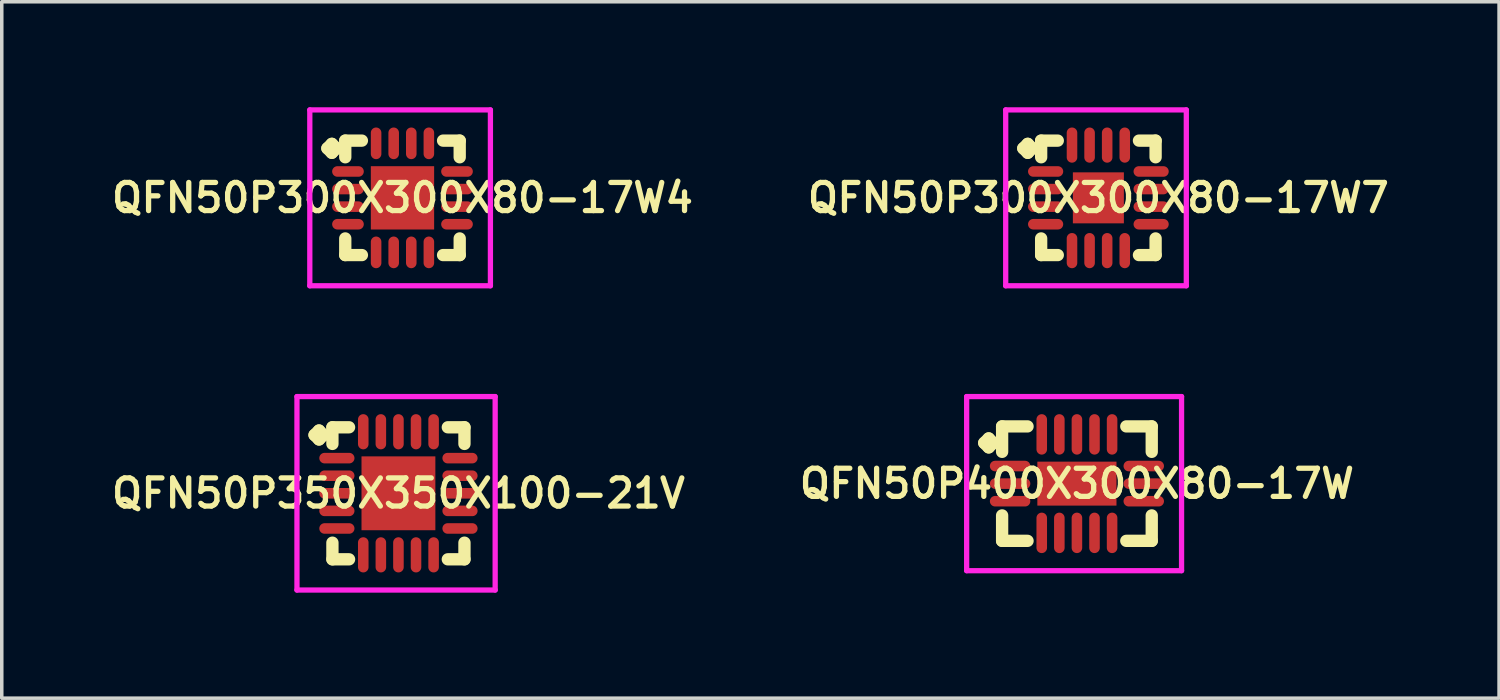
<source format=kicad_pcb>
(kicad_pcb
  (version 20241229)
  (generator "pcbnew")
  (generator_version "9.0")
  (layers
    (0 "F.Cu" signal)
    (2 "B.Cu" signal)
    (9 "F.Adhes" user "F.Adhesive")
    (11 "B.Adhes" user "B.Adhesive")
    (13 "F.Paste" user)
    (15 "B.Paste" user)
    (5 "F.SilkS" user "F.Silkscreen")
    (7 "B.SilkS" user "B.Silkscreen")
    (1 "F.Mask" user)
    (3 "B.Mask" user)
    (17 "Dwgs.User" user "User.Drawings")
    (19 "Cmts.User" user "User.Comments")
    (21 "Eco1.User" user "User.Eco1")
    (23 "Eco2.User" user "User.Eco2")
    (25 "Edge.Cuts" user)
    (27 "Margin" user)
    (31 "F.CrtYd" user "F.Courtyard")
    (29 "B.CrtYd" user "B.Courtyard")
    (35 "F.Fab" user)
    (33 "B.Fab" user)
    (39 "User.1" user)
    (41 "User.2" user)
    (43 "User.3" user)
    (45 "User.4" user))
  (footprint "QFN50P400X300X80-17W"
    (layer "F.Cu")
    (at 27.568 10.7)
    (property "Reference" "QFN50P400X300X80-17W" (at 0 0 0) (layer "F.SilkS") (effects (font (size 0.8 0.8) (thickness 0.15))))
    (attr smd)
    (fp_line (start -2.635 -1.158) (end -2.508 -1.285) (stroke (width 0.35) (type solid)) (layer "F.SilkS"))
    (fp_line (start -2.508 -1.285) (end -2.381 -1.158) (stroke (width 0.35) (type solid)) (layer "F.SilkS"))
    (fp_line (start -2.508 -1.031) (end -2.635 -1.158) (stroke (width 0.35) (type solid)) (layer "F.SilkS"))
    (fp_line (start -2.381 -1.158) (end -2.508 -1.031) (stroke (width 0.35) (type solid)) (layer "F.SilkS"))
    (fp_line (start -2.127 -1.627) (end -1.404 -1.627) (stroke (width 0.35) (type solid)) (layer "F.SilkS"))
    (fp_line (start -2.127 -0.904) (end -2.127 -1.627) (stroke (width 0.35) (type solid)) (layer "F.SilkS"))
    (fp_line (start -2.127 0.904) (end -2.127 1.627) (stroke (width 0.35) (type solid)) (layer "F.SilkS"))
    (fp_line (start -2.127 1.627) (end -1.404 1.627) (stroke (width 0.35) (type solid)) (layer "F.SilkS"))
    (fp_line (start 1.404 -1.627) (end 2.127 -1.627) (stroke (width 0.35) (type solid)) (layer "F.SilkS"))
    (fp_line (start 1.404 1.627) (end 2.127 1.627) (stroke (width 0.35) (type solid)) (layer "F.SilkS"))
    (fp_line (start 2.127 -1.627) (end 2.127 -0.904) (stroke (width 0.35) (type solid)) (layer "F.SilkS"))
    (fp_line (start 2.127 1.627) (end 2.127 0.904) (stroke (width 0.35) (type solid)) (layer "F.SilkS"))
    (fp_line (start -3.135 -2.475) (end 2.975 -2.475) (stroke (width 0.15) (type solid)) (layer "F.CrtYd"))
    (fp_line (start -3.135 2.475) (end -3.135 -2.475) (stroke (width 0.15) (type solid)) (layer "F.CrtYd"))
    (fp_line (start 2.975 -2.475) (end 2.975 2.475) (stroke (width 0.15) (type solid)) (layer "F.CrtYd"))
    (fp_line (start 2.975 2.475) (end -3.135 2.475) (stroke (width 0.15) (type solid)) (layer "F.CrtYd"))
    (pad "1" smd oval (at -1.9 -0.5) (size 1.15 0.3) (layers "F.Cu" "F.Mask" "F.Paste"))
    (pad "2" smd oval (at -1.9 0) (size 1.15 0.3) (layers "F.Cu" "F.Mask" "F.Paste"))
    (pad "3" smd oval (at -1.9 0.5) (size 1.15 0.3) (layers "F.Cu" "F.Mask" "F.Paste"))
    (pad "4" smd oval (at -1 1.4) (size 0.3 1.15) (layers "F.Cu" "F.Mask" "F.Paste"))
    (pad "5" smd oval (at -0.5 1.4) (size 0.3 1.15) (layers "F.Cu" "F.Mask" "F.Paste"))
    (pad "6" smd oval (at 0 1.4) (size 0.3 1.15) (layers "F.Cu" "F.Mask" "F.Paste"))
    (pad "7" smd oval (at 0.5 1.4) (size 0.3 1.15) (layers "F.Cu" "F.Mask" "F.Paste"))
    (pad "8" smd oval (at 1 1.4) (size 0.3 1.15) (layers "F.Cu" "F.Mask" "F.Paste"))
    (pad "9" smd oval (at 1.9 0.5) (size 1.15 0.3) (layers "F.Cu" "F.Mask" "F.Paste"))
    (pad "10" smd oval (at 1.9 0) (size 1.15 0.3) (layers "F.Cu" "F.Mask" "F.Paste"))
    (pad "11" smd oval (at 1.9 -0.5) (size 1.15 0.3) (layers "F.Cu" "F.Mask" "F.Paste"))
    (pad "12" smd oval (at 1 -1.4) (size 0.3 1.15) (layers "F.Cu" "F.Mask" "F.Paste"))
    (pad "13" smd oval (at 0.5 -1.4) (size 0.3 1.15) (layers "F.Cu" "F.Mask" "F.Paste"))
    (pad "14" smd oval (at 0 -1.4) (size 0.3 1.15) (layers "F.Cu" "F.Mask" "F.Paste"))
    (pad "15" smd oval (at -0.5 -1.4) (size 0.3 1.15) (layers "F.Cu" "F.Mask" "F.Paste"))
    (pad "16" smd oval (at -1 -1.4) (size 0.3 1.15) (layers "F.Cu" "F.Mask" "F.Paste"))
    (pad "17" smd rect (at 0 0) (size 2.25 1.25) (layers "F.Cu" "F.Mask" "F.Paste")))
  (footprint "QFN50P300X300X80-17W7"
    (layer "F.Cu")
    (at 28.178 2.575)
    (property "Reference" "QFN50P300X300X80-17W7" (at 0 0 0) (layer "F.SilkS") (effects (font (size 0.8 0.8) (thickness 0.15))))
    (attr smd)
    (fp_line (start -2.135 -1.408) (end -2.008 -1.535) (stroke (width 0.35) (type solid)) (layer "F.SilkS"))
    (fp_line (start -2.008 -1.535) (end -1.881 -1.408) (stroke (width 0.35) (type solid)) (layer "F.SilkS"))
    (fp_line (start -2.008 -1.281) (end -2.135 -1.408) (stroke (width 0.35) (type solid)) (layer "F.SilkS"))
    (fp_line (start -1.881 -1.408) (end -2.008 -1.281) (stroke (width 0.35) (type solid)) (layer "F.SilkS"))
    (fp_line (start -1.627 -1.627) (end -1.154 -1.627) (stroke (width 0.35) (type solid)) (layer "F.SilkS"))
    (fp_line (start -1.627 -1.154) (end -1.627 -1.627) (stroke (width 0.35) (type solid)) (layer "F.SilkS"))
    (fp_line (start -1.627 1.154) (end -1.627 1.627) (stroke (width 0.35) (type solid)) (layer "F.SilkS"))
    (fp_line (start -1.627 1.627) (end -1.154 1.627) (stroke (width 0.35) (type solid)) (layer "F.SilkS"))
    (fp_line (start 1.154 -1.627) (end 1.627 -1.627) (stroke (width 0.35) (type solid)) (layer "F.SilkS"))
    (fp_line (start 1.154 1.627) (end 1.627 1.627) (stroke (width 0.35) (type solid)) (layer "F.SilkS"))
    (fp_line (start 1.627 -1.627) (end 1.627 -1.154) (stroke (width 0.35) (type solid)) (layer "F.SilkS"))
    (fp_line (start 1.627 1.627) (end 1.627 1.154) (stroke (width 0.35) (type solid)) (layer "F.SilkS"))
    (fp_line (start -2.635 -2.5) (end 2.5 -2.5) (stroke (width 0.15) (type solid)) (layer "F.CrtYd"))
    (fp_line (start -2.635 2.5) (end -2.635 -2.5) (stroke (width 0.15) (type solid)) (layer "F.CrtYd"))
    (fp_line (start 2.5 -2.5) (end 2.5 2.5) (stroke (width 0.15) (type solid)) (layer "F.CrtYd"))
    (fp_line (start 2.5 2.5) (end -2.635 2.5) (stroke (width 0.15) (type solid)) (layer "F.CrtYd"))
    (pad "1" smd oval (at -1.5 -0.75) (size 1 0.3) (layers "F.Cu" "F.Mask" "F.Paste"))
    (pad "2" smd oval (at -1.5 -0.25) (size 1 0.3) (layers "F.Cu" "F.Mask" "F.Paste"))
    (pad "3" smd oval (at -1.5 0.25) (size 1 0.3) (layers "F.Cu" "F.Mask" "F.Paste"))
    (pad "4" smd oval (at -1.5 0.75) (size 1 0.3) (layers "F.Cu" "F.Mask" "F.Paste"))
    (pad "5" smd oval (at -0.75 1.5) (size 0.3 1) (layers "F.Cu" "F.Mask" "F.Paste"))
    (pad "6" smd oval (at -0.25 1.5) (size 0.3 1) (layers "F.Cu" "F.Mask" "F.Paste"))
    (pad "7" smd oval (at 0.25 1.5) (size 0.3 1) (layers "F.Cu" "F.Mask" "F.Paste"))
    (pad "8" smd oval (at 0.75 1.5) (size 0.3 1) (layers "F.Cu" "F.Mask" "F.Paste"))
    (pad "9" smd oval (at 1.5 0.75) (size 1 0.3) (layers "F.Cu" "F.Mask" "F.Paste"))
    (pad "10" smd oval (at 1.5 0.25) (size 1 0.3) (layers "F.Cu" "F.Mask" "F.Paste"))
    (pad "11" smd oval (at 1.5 -0.25) (size 1 0.3) (layers "F.Cu" "F.Mask" "F.Paste"))
    (pad "12" smd oval (at 1.5 -0.75) (size 1 0.3) (layers "F.Cu" "F.Mask" "F.Paste"))
    (pad "13" smd oval (at 0.75 -1.5) (size 0.3 1) (layers "F.Cu" "F.Mask" "F.Paste"))
    (pad "14" smd oval (at 0.25 -1.5) (size 0.3 1) (layers "F.Cu" "F.Mask" "F.Paste"))
    (pad "15" smd oval (at -0.25 -1.5) (size 0.3 1) (layers "F.Cu" "F.Mask" "F.Paste"))
    (pad "16" smd oval (at -0.75 -1.5) (size 0.3 1) (layers "F.Cu" "F.Mask" "F.Paste"))
    (pad "17" smd rect (at 0 0) (size 1.45 1.45) (layers "F.Cu" "F.Mask" "F.Paste")))
  (footprint "QFN50P350X350X100-21V"
    (layer "F.Cu")
    (at 8.278 10.975)
    (property "Reference" "QFN50P350X350X100-21V" (at 0 0 0) (layer "F.SilkS") (effects (font (size 0.8 0.8) (thickness 0.15))))
    (attr smd)
    (fp_line (start -2.385 -1.658) (end -2.258 -1.785) (stroke (width 0.35) (type solid)) (layer "F.SilkS"))
    (fp_line (start -2.258 -1.785) (end -2.131 -1.658) (stroke (width 0.35) (type solid)) (layer "F.SilkS"))
    (fp_line (start -2.258 -1.531) (end -2.385 -1.658) (stroke (width 0.35) (type solid)) (layer "F.SilkS"))
    (fp_line (start -2.131 -1.658) (end -2.258 -1.531) (stroke (width 0.35) (type solid)) (layer "F.SilkS"))
    (fp_line (start -1.877 -1.877) (end -1.404 -1.877) (stroke (width 0.35) (type solid)) (layer "F.SilkS"))
    (fp_line (start -1.877 -1.404) (end -1.877 -1.877) (stroke (width 0.35) (type solid)) (layer "F.SilkS"))
    (fp_line (start -1.877 1.404) (end -1.877 1.877) (stroke (width 0.35) (type solid)) (layer "F.SilkS"))
    (fp_line (start -1.877 1.877) (end -1.404 1.877) (stroke (width 0.35) (type solid)) (layer "F.SilkS"))
    (fp_line (start 1.404 -1.877) (end 1.877 -1.877) (stroke (width 0.35) (type solid)) (layer "F.SilkS"))
    (fp_line (start 1.404 1.877) (end 1.877 1.877) (stroke (width 0.35) (type solid)) (layer "F.SilkS"))
    (fp_line (start 1.877 -1.877) (end 1.877 -1.404) (stroke (width 0.35) (type solid)) (layer "F.SilkS"))
    (fp_line (start 1.877 1.877) (end 1.877 1.404) (stroke (width 0.35) (type solid)) (layer "F.SilkS"))
    (fp_line (start -2.885 -2.75) (end 2.75 -2.75) (stroke (width 0.15) (type solid)) (layer "F.CrtYd"))
    (fp_line (start -2.885 2.75) (end -2.885 -2.75) (stroke (width 0.15) (type solid)) (layer "F.CrtYd"))
    (fp_line (start 2.75 -2.75) (end 2.75 2.75) (stroke (width 0.15) (type solid)) (layer "F.CrtYd"))
    (fp_line (start 2.75 2.75) (end -2.885 2.75) (stroke (width 0.15) (type solid)) (layer "F.CrtYd"))
    (pad "1" smd oval (at -1.75 -1) (size 1 0.3) (layers "F.Cu" "F.Mask" "F.Paste"))
    (pad "2" smd oval (at -1.75 -0.5) (size 1 0.3) (layers "F.Cu" "F.Mask" "F.Paste"))
    (pad "3" smd oval (at -1.75 0) (size 1 0.3) (layers "F.Cu" "F.Mask" "F.Paste"))
    (pad "4" smd oval (at -1.75 0.5) (size 1 0.3) (layers "F.Cu" "F.Mask" "F.Paste"))
    (pad "5" smd oval (at -1.75 1) (size 1 0.3) (layers "F.Cu" "F.Mask" "F.Paste"))
    (pad "6" smd oval (at -1 1.75) (size 0.3 1) (layers "F.Cu" "F.Mask" "F.Paste"))
    (pad "7" smd oval (at -0.5 1.75) (size 0.3 1) (layers "F.Cu" "F.Mask" "F.Paste"))
    (pad "8" smd oval (at 0 1.75) (size 0.3 1) (layers "F.Cu" "F.Mask" "F.Paste"))
    (pad "9" smd oval (at 0.5 1.75) (size 0.3 1) (layers "F.Cu" "F.Mask" "F.Paste"))
    (pad "10" smd oval (at 1 1.75) (size 0.3 1) (layers "F.Cu" "F.Mask" "F.Paste"))
    (pad "11" smd oval (at 1.75 1) (size 1 0.3) (layers "F.Cu" "F.Mask" "F.Paste"))
    (pad "12" smd oval (at 1.75 0.5) (size 1 0.3) (layers "F.Cu" "F.Mask" "F.Paste"))
    (pad "13" smd oval (at 1.75 0) (size 1 0.3) (layers "F.Cu" "F.Mask" "F.Paste"))
    (pad "14" smd oval (at 1.75 -0.5) (size 1 0.3) (layers "F.Cu" "F.Mask" "F.Paste"))
    (pad "15" smd oval (at 1.75 -1) (size 1 0.3) (layers "F.Cu" "F.Mask" "F.Paste"))
    (pad "16" smd oval (at 1 -1.75) (size 0.3 1) (layers "F.Cu" "F.Mask" "F.Paste"))
    (pad "17" smd oval (at 0.5 -1.75) (size 0.3 1) (layers "F.Cu" "F.Mask" "F.Paste"))
    (pad "18" smd oval (at 0 -1.75) (size 0.3 1) (layers "F.Cu" "F.Mask" "F.Paste"))
    (pad "19" smd oval (at -0.5 -1.75) (size 0.3 1) (layers "F.Cu" "F.Mask" "F.Paste"))
    (pad "20" smd oval (at -1 -1.75) (size 0.3 1) (layers "F.Cu" "F.Mask" "F.Paste"))
    (pad "21" smd rect (at 0 0) (size 2.1 2.1) (layers "F.Cu" "F.Mask" "F.Paste")))
  (footprint "QFN50P300X300X80-17W4"
    (layer "F.Cu")
    (at 8.393 2.575)
    (property "Reference" "QFN50P300X300X80-17W4" (at 0 0 0) (layer "F.SilkS") (effects (font (size 0.8 0.8) (thickness 0.15))))
    (attr smd)
    (fp_line (start -2.135 -1.408) (end -2.008 -1.535) (stroke (width 0.35) (type solid)) (layer "F.SilkS"))
    (fp_line (start -2.008 -1.535) (end -1.881 -1.408) (stroke (width 0.35) (type solid)) (layer "F.SilkS"))
    (fp_line (start -2.008 -1.281) (end -2.135 -1.408) (stroke (width 0.35) (type solid)) (layer "F.SilkS"))
    (fp_line (start -1.881 -1.408) (end -2.008 -1.281) (stroke (width 0.35) (type solid)) (layer "F.SilkS"))
    (fp_line (start -1.627 -1.627) (end -1.154 -1.627) (stroke (width 0.35) (type solid)) (layer "F.SilkS"))
    (fp_line (start -1.627 -1.154) (end -1.627 -1.627) (stroke (width 0.35) (type solid)) (layer "F.SilkS"))
    (fp_line (start -1.627 1.154) (end -1.627 1.627) (stroke (width 0.35) (type solid)) (layer "F.SilkS"))
    (fp_line (start -1.627 1.627) (end -1.154 1.627) (stroke (width 0.35) (type solid)) (layer "F.SilkS"))
    (fp_line (start 1.154 -1.627) (end 1.627 -1.627) (stroke (width 0.35) (type solid)) (layer "F.SilkS"))
    (fp_line (start 1.154 1.627) (end 1.627 1.627) (stroke (width 0.35) (type solid)) (layer "F.SilkS"))
    (fp_line (start 1.627 -1.627) (end 1.627 -1.154) (stroke (width 0.35) (type solid)) (layer "F.SilkS"))
    (fp_line (start 1.627 1.627) (end 1.627 1.154) (stroke (width 0.35) (type solid)) (layer "F.SilkS"))
    (fp_line (start -2.635 -2.5) (end 2.5 -2.5) (stroke (width 0.15) (type solid)) (layer "F.CrtYd"))
    (fp_line (start -2.635 2.5) (end -2.635 -2.5) (stroke (width 0.15) (type solid)) (layer "F.CrtYd"))
    (fp_line (start 2.5 -2.5) (end 2.5 2.5) (stroke (width 0.15) (type solid)) (layer "F.CrtYd"))
    (fp_line (start 2.5 2.5) (end -2.635 2.5) (stroke (width 0.15) (type solid)) (layer "F.CrtYd"))
    (pad "1" smd oval (at -1.55 -0.75) (size 0.9 0.3) (layers "F.Cu" "F.Mask" "F.Paste"))
    (pad "2" smd oval (at -1.55 -0.25) (size 0.9 0.3) (layers "F.Cu" "F.Mask" "F.Paste"))
    (pad "3" smd oval (at -1.55 0.25) (size 0.9 0.3) (layers "F.Cu" "F.Mask" "F.Paste"))
    (pad "4" smd oval (at -1.55 0.75) (size 0.9 0.3) (layers "F.Cu" "F.Mask" "F.Paste"))
    (pad "5" smd oval (at -0.75 1.55) (size 0.3 0.9) (layers "F.Cu" "F.Mask" "F.Paste"))
    (pad "6" smd oval (at -0.25 1.55) (size 0.3 0.9) (layers "F.Cu" "F.Mask" "F.Paste"))
    (pad "7" smd oval (at 0.25 1.55) (size 0.3 0.9) (layers "F.Cu" "F.Mask" "F.Paste"))
    (pad "8" smd oval (at 0.75 1.55) (size 0.3 0.9) (layers "F.Cu" "F.Mask" "F.Paste"))
    (pad "9" smd oval (at 1.55 0.75) (size 0.9 0.3) (layers "F.Cu" "F.Mask" "F.Paste"))
    (pad "10" smd oval (at 1.55 0.25) (size 0.9 0.3) (layers "F.Cu" "F.Mask" "F.Paste"))
    (pad "11" smd oval (at 1.55 -0.25) (size 0.9 0.3) (layers "F.Cu" "F.Mask" "F.Paste"))
    (pad "12" smd oval (at 1.55 -0.75) (size 0.9 0.3) (layers "F.Cu" "F.Mask" "F.Paste"))
    (pad "13" smd oval (at 0.75 -1.55) (size 0.3 0.9) (layers "F.Cu" "F.Mask" "F.Paste"))
    (pad "14" smd oval (at 0.25 -1.55) (size 0.3 0.9) (layers "F.Cu" "F.Mask" "F.Paste"))
    (pad "15" smd oval (at -0.25 -1.55) (size 0.3 0.9) (layers "F.Cu" "F.Mask" "F.Paste"))
    (pad "16" smd oval (at -0.75 -1.55) (size 0.3 0.9) (layers "F.Cu" "F.Mask" "F.Paste"))
    (pad "17" smd rect (at 0 0) (size 1.8 1.8) (layers "F.Cu" "F.Mask" "F.Paste")))
  (gr_rect
    (start -3 -3)
    (end 39.57 16.8)
    (stroke (width 0.1) (type default))
    (fill no)
    (layer "Edge.Cuts")))
</source>
